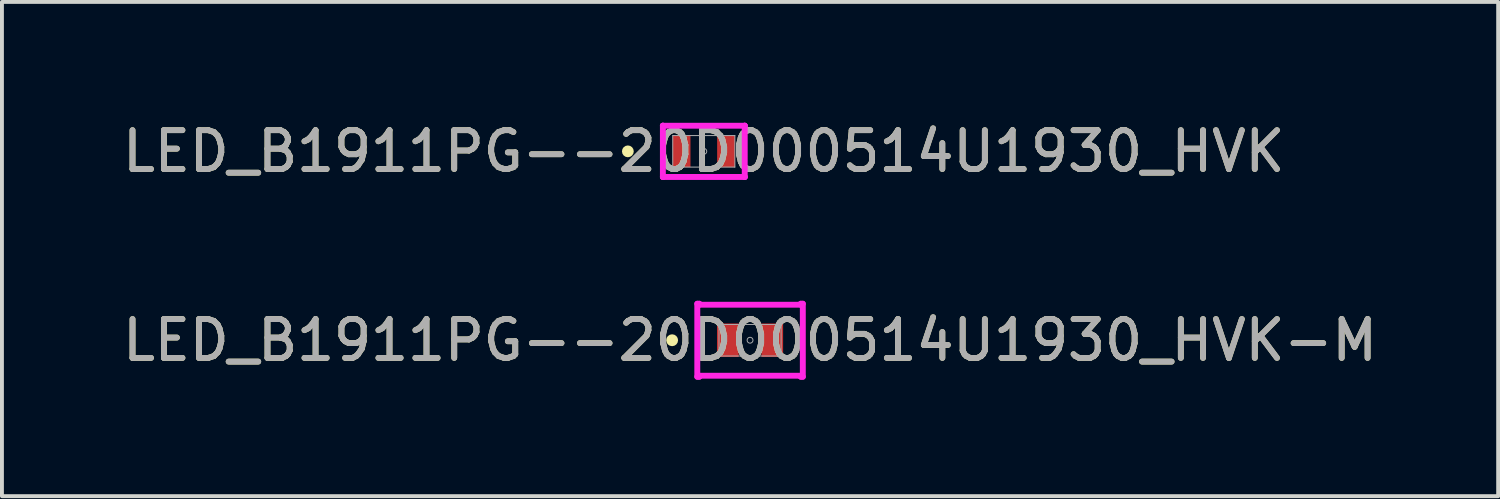
<source format=kicad_pcb>
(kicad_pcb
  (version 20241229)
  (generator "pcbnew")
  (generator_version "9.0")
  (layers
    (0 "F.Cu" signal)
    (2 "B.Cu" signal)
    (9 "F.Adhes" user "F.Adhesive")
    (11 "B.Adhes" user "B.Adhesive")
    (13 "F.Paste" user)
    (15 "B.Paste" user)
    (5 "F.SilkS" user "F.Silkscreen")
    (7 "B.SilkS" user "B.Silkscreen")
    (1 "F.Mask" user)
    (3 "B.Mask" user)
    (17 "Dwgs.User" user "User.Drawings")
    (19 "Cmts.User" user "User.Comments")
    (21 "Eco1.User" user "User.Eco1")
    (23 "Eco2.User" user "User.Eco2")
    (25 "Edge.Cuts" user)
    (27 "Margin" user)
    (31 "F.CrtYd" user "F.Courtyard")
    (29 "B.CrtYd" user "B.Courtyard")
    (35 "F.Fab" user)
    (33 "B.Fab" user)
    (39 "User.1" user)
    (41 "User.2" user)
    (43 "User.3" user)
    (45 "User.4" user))
  (footprint "LED_B1911PG--20D000514U1930_HVK"
    (layer "F.Cu")
    (at 15.077 0.848)
    (property "Reference" "LED_B1911PG--20D000514U1930_HVK" (at 0 0 0) (unlocked yes) (layer "F.SilkS") (effects (font (size 1 1) (thickness 0.15))))
    (attr smd)
    (fp_circle (center -1.956 0) (end -1.88 0) (stroke (width 0.152) (type solid)) (fill no) (layer "F.SilkS"))
    (fp_line (start -1.054 -0.66) (end -1.054 -0.66) (stroke (width 0.152) (type solid)) (layer "F.CrtYd"))
    (fp_line (start -1.054 -0.66) (end -1.054 -0.66) (stroke (width 0.152) (type solid)) (layer "F.CrtYd"))
    (fp_line (start -1.054 -0.66) (end 1.054 -0.66) (stroke (width 0.152) (type solid)) (layer "F.CrtYd"))
    (fp_line (start -1.054 0.66) (end -1.054 -0.66) (stroke (width 0.152) (type solid)) (layer "F.CrtYd"))
    (fp_line (start -1.054 0.66) (end -1.054 0.66) (stroke (width 0.152) (type solid)) (layer "F.CrtYd"))
    (fp_line (start -1.054 0.66) (end -1.054 0.66) (stroke (width 0.152) (type solid)) (layer "F.CrtYd"))
    (fp_line (start 1.054 -0.66) (end 1.054 -0.66) (stroke (width 0.152) (type solid)) (layer "F.CrtYd"))
    (fp_line (start 1.054 -0.66) (end 1.054 -0.66) (stroke (width 0.152) (type solid)) (layer "F.CrtYd"))
    (fp_line (start 1.054 -0.66) (end 1.054 0.66) (stroke (width 0.152) (type solid)) (layer "F.CrtYd"))
    (fp_line (start 1.054 0.66) (end -1.054 0.66) (stroke (width 0.152) (type solid)) (layer "F.CrtYd"))
    (fp_line (start 1.054 0.66) (end 1.054 0.66) (stroke (width 0.152) (type solid)) (layer "F.CrtYd"))
    (fp_line (start 1.054 0.66) (end 1.054 0.66) (stroke (width 0.152) (type solid)) (layer "F.CrtYd"))
    (fp_line (start -0.8 -0.406) (end -0.8 0.406) (stroke (width 0.025) (type solid)) (layer "F.Fab"))
    (fp_line (start -0.8 0.406) (end 0.8 0.406) (stroke (width 0.025) (type solid)) (layer "F.Fab"))
    (fp_line (start 0.8 -0.406) (end -0.8 -0.406) (stroke (width 0.025) (type solid)) (layer "F.Fab"))
    (fp_line (start 0.8 0.406) (end 0.8 -0.406) (stroke (width 0.025) (type solid)) (layer "F.Fab"))
    (fp_circle (center 0 0) (end 0.076 0) (stroke (width 0.025) (type solid)) (fill no) (layer "F.Fab"))
    (fp_text user "${REFERENCE}" (at 0 0 0) (unlocked yes) (layer "F.Fab") (effects (font (size 1 1) (thickness 0.15))))
    (pad "1" smd rect (at -0.572 0) (size 0.457 0.813) (layers "F.Cu" "F.Mask" "F.Paste"))
    (pad "2" smd rect (at 0.572 0) (size 0.457 0.813) (layers "F.Cu" "F.Mask" "F.Paste")))
  (footprint "LED_B1911PG--20D000514U1930_HVK-M"
    (layer "F.Cu")
    (at 16.268 5.713)
    (property "Reference" "LED_B1911PG--20D000514U1930_HVK-M" (at 0 0 0) (unlocked yes) (layer "F.SilkS") (effects (font (size 1 1) (thickness 0.15))))
    (attr smd)
    (fp_circle (center -2.007 0) (end -1.93 0) (stroke (width 0.152) (type solid)) (fill no) (layer "F.SilkS"))
    (fp_line (start -1.359 -0.94) (end -1.308 -0.94) (stroke (width 0.152) (type solid)) (layer "F.CrtYd"))
    (fp_line (start -1.359 0.94) (end -1.359 -0.94) (stroke (width 0.152) (type solid)) (layer "F.CrtYd"))
    (fp_line (start -1.359 0.94) (end -1.308 0.94) (stroke (width 0.152) (type solid)) (layer "F.CrtYd"))
    (fp_line (start -1.308 -0.94) (end -1.308 -0.914) (stroke (width 0.152) (type solid)) (layer "F.CrtYd"))
    (fp_line (start -1.308 -0.914) (end 1.308 -0.914) (stroke (width 0.152) (type solid)) (layer "F.CrtYd"))
    (fp_line (start -1.308 0.914) (end -1.308 0.94) (stroke (width 0.152) (type solid)) (layer "F.CrtYd"))
    (fp_line (start 1.308 -0.914) (end 1.308 -0.94) (stroke (width 0.152) (type solid)) (layer "F.CrtYd"))
    (fp_line (start 1.308 0.914) (end -1.308 0.914) (stroke (width 0.152) (type solid)) (layer "F.CrtYd"))
    (fp_line (start 1.308 0.94) (end 1.308 0.914) (stroke (width 0.152) (type solid)) (layer "F.CrtYd"))
    (fp_line (start 1.359 -0.94) (end 1.308 -0.94) (stroke (width 0.152) (type solid)) (layer "F.CrtYd"))
    (fp_line (start 1.359 -0.94) (end 1.359 0.94) (stroke (width 0.152) (type solid)) (layer "F.CrtYd"))
    (fp_line (start 1.359 0.94) (end 1.308 0.94) (stroke (width 0.152) (type solid)) (layer "F.CrtYd"))
    (fp_line (start -0.8 -0.406) (end -0.8 0.406) (stroke (width 0.025) (type solid)) (layer "F.Fab"))
    (fp_line (start -0.8 0.406) (end 0.8 0.406) (stroke (width 0.025) (type solid)) (layer "F.Fab"))
    (fp_line (start 0.8 -0.406) (end -0.8 -0.406) (stroke (width 0.025) (type solid)) (layer "F.Fab"))
    (fp_line (start 0.8 0.406) (end 0.8 -0.406) (stroke (width 0.025) (type solid)) (layer "F.Fab"))
    (fp_circle (center 0 0) (end 0.076 0) (stroke (width 0.025) (type solid)) (fill no) (layer "F.Fab"))
    (fp_text user "${REFERENCE}" (at 0 0 0) (unlocked yes) (layer "F.Fab") (effects (font (size 1 1) (thickness 0.15))))
    (pad "1" smd rect (at -0.572 0) (size 0.559 0.864) (layers "F.Cu" "F.Mask" "F.Paste"))
    (pad "2" smd rect (at 0.572 0) (size 0.559 0.864) (layers "F.Cu" "F.Mask" "F.Paste")))
  (gr_rect
    (start -3 -3)
    (end 35.536 9.729)
    (stroke (width 0.1) (type default))
    (fill no)
    (layer "Edge.Cuts")))
</source>
